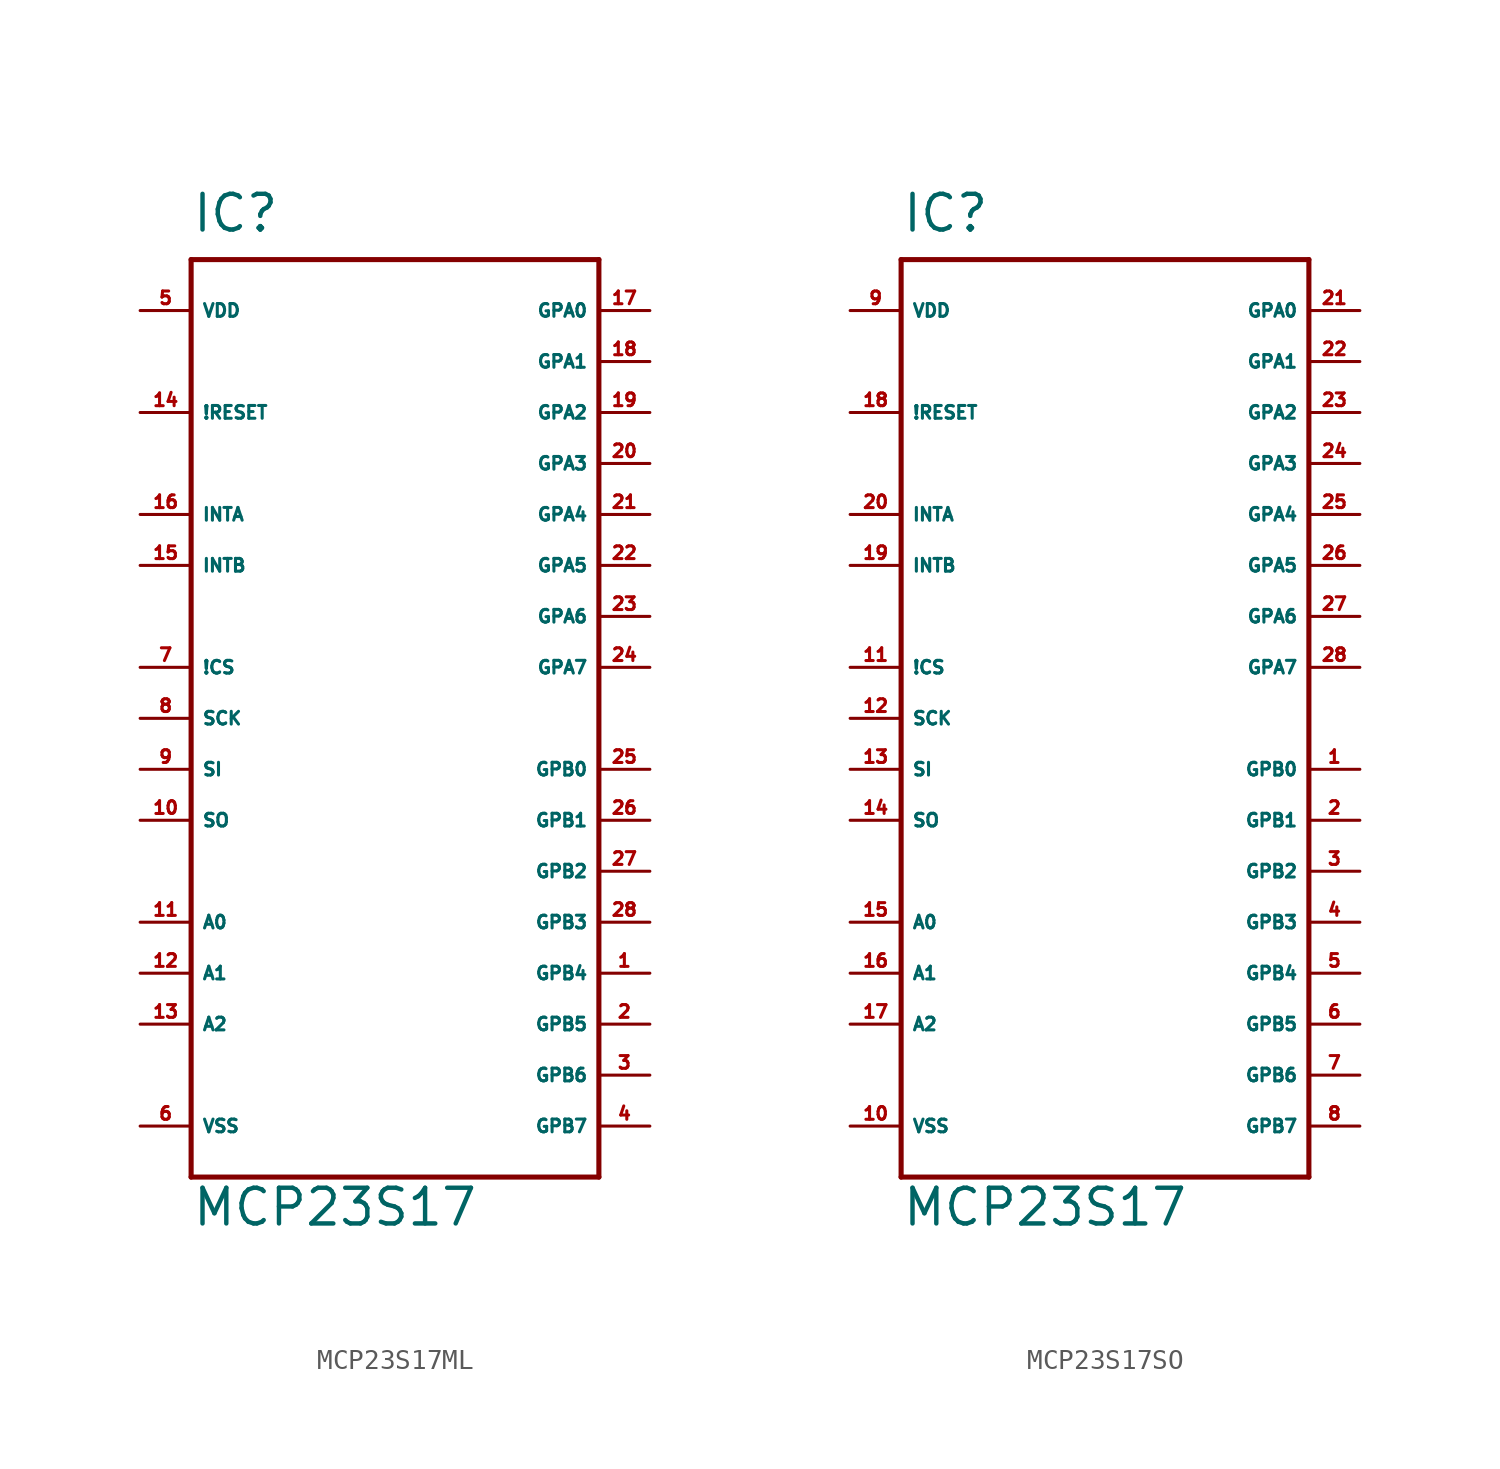
<source format=kicad_sym>
(kicad_symbol_lib
  (version 20220914)
  (generator Eagle2Kicad)
  (symbol "MCP23S17ML"
    (property "Reference" "IC"
      (at -10.16 24.13 0)
      (effects (font (size 1.778 1.778) (thickness 0.22)) (justify left bottom)))
    (property "Value" "MCP23S17"
      (at -10.16 -25.4 0)
      (effects (font (size 1.778 1.778) (thickness 0.22)) (justify left bottom)))
    (polyline
      (pts (xy -10.16 22.86) (xy 10.16 22.86))
      (stroke (width 0.254) (type default))
      (fill (type none)))
    (polyline
      (pts (xy 10.16 22.86) (xy 10.16 -22.86))
      (stroke (width 0.254) (type default))
      (fill (type none)))
    (polyline
      (pts (xy 10.16 -22.86) (xy -10.16 -22.86))
      (stroke (width 0.254) (type default))
      (fill (type none)))
    (polyline
      (pts (xy -10.16 -22.86) (xy -10.16 22.86))
      (stroke (width 0.254) (type default))
      (fill (type none)))
    (pin input line
      (at -12.7 2.54 0)
      (length 2.54)
      (name "!CS" (effects (font (size 0.635 0.635) (thickness 0.08)) (justify left bottom)))
      (number "7" (effects (font (size 0.635 0.635) (thickness 0.08)) (justify left bottom))))
    (pin input line
      (at -12.7 0 0)
      (length 2.54)
      (name "SCK" (effects (font (size 0.635 0.635) (thickness 0.08)) (justify left bottom)))
      (number "8" (effects (font (size 0.635 0.635) (thickness 0.08)) (justify left bottom))))
    (pin input line
      (at -12.7 -2.54 0)
      (length 2.54)
      (name "SI" (effects (font (size 0.635 0.635) (thickness 0.08)) (justify left bottom)))
      (number "9" (effects (font (size 0.635 0.635) (thickness 0.08)) (justify left bottom))))
    (pin output line
      (at -12.7 -5.08 0)
      (length 2.54)
      (name "SO" (effects (font (size 0.635 0.635) (thickness 0.08)) (justify left bottom)))
      (number "10" (effects (font (size 0.635 0.635) (thickness 0.08)) (justify left bottom))))
    (pin input line
      (at -12.7 -10.16 0)
      (length 2.54)
      (name "A0" (effects (font (size 0.635 0.635) (thickness 0.08)) (justify left bottom)))
      (number "11" (effects (font (size 0.635 0.635) (thickness 0.08)) (justify left bottom))))
    (pin input line
      (at -12.7 -12.7 0)
      (length 2.54)
      (name "A1" (effects (font (size 0.635 0.635) (thickness 0.08)) (justify left bottom)))
      (number "12" (effects (font (size 0.635 0.635) (thickness 0.08)) (justify left bottom))))
    (pin input line
      (at -12.7 -15.24 0)
      (length 2.54)
      (name "A2" (effects (font (size 0.635 0.635) (thickness 0.08)) (justify left bottom)))
      (number "13" (effects (font (size 0.635 0.635) (thickness 0.08)) (justify left bottom))))
    (pin input line
      (at -12.7 15.24 0)
      (length 2.54)
      (name "!RESET" (effects (font (size 0.635 0.635) (thickness 0.08)) (justify left bottom)))
      (number "14" (effects (font (size 0.635 0.635) (thickness 0.08)) (justify left bottom))))
    (pin output line
      (at -12.7 10.16 0)
      (length 2.54)
      (name "INTA" (effects (font (size 0.635 0.635) (thickness 0.08)) (justify left bottom)))
      (number "16" (effects (font (size 0.635 0.635) (thickness 0.08)) (justify left bottom))))
    (pin output line
      (at -12.7 7.62 0)
      (length 2.54)
      (name "INTB" (effects (font (size 0.635 0.635) (thickness 0.08)) (justify left bottom)))
      (number "15" (effects (font (size 0.635 0.635) (thickness 0.08)) (justify left bottom))))
    (pin bidirectional line
      (at 12.7 -2.54 180)
      (length 2.54)
      (name "GPB0" (effects (font (size 0.635 0.635) (thickness 0.08)) (justify left bottom)))
      (number "25" (effects (font (size 0.635 0.635) (thickness 0.08)) (justify left bottom))))
    (pin bidirectional line
      (at 12.7 -5.08 180)
      (length 2.54)
      (name "GPB1" (effects (font (size 0.635 0.635) (thickness 0.08)) (justify left bottom)))
      (number "26" (effects (font (size 0.635 0.635) (thickness 0.08)) (justify left bottom))))
    (pin bidirectional line
      (at 12.7 -7.62 180)
      (length 2.54)
      (name "GPB2" (effects (font (size 0.635 0.635) (thickness 0.08)) (justify left bottom)))
      (number "27" (effects (font (size 0.635 0.635) (thickness 0.08)) (justify left bottom))))
    (pin bidirectional line
      (at 12.7 -10.16 180)
      (length 2.54)
      (name "GPB3" (effects (font (size 0.635 0.635) (thickness 0.08)) (justify left bottom)))
      (number "28" (effects (font (size 0.635 0.635) (thickness 0.08)) (justify left bottom))))
    (pin bidirectional line
      (at 12.7 -12.7 180)
      (length 2.54)
      (name "GPB4" (effects (font (size 0.635 0.635) (thickness 0.08)) (justify left bottom)))
      (number "1" (effects (font (size 0.635 0.635) (thickness 0.08)) (justify left bottom))))
    (pin bidirectional line
      (at 12.7 -15.24 180)
      (length 2.54)
      (name "GPB5" (effects (font (size 0.635 0.635) (thickness 0.08)) (justify left bottom)))
      (number "2" (effects (font (size 0.635 0.635) (thickness 0.08)) (justify left bottom))))
    (pin bidirectional line
      (at 12.7 -17.78 180)
      (length 2.54)
      (name "GPB6" (effects (font (size 0.635 0.635) (thickness 0.08)) (justify left bottom)))
      (number "3" (effects (font (size 0.635 0.635) (thickness 0.08)) (justify left bottom))))
    (pin bidirectional line
      (at 12.7 -20.32 180)
      (length 2.54)
      (name "GPB7" (effects (font (size 0.635 0.635) (thickness 0.08)) (justify left bottom)))
      (number "4" (effects (font (size 0.635 0.635) (thickness 0.08)) (justify left bottom))))
    (pin bidirectional line
      (at 12.7 20.32 180)
      (length 2.54)
      (name "GPA0" (effects (font (size 0.635 0.635) (thickness 0.08)) (justify left bottom)))
      (number "17" (effects (font (size 0.635 0.635) (thickness 0.08)) (justify left bottom))))
    (pin bidirectional line
      (at 12.7 17.78 180)
      (length 2.54)
      (name "GPA1" (effects (font (size 0.635 0.635) (thickness 0.08)) (justify left bottom)))
      (number "18" (effects (font (size 0.635 0.635) (thickness 0.08)) (justify left bottom))))
    (pin bidirectional line
      (at 12.7 15.24 180)
      (length 2.54)
      (name "GPA2" (effects (font (size 0.635 0.635) (thickness 0.08)) (justify left bottom)))
      (number "19" (effects (font (size 0.635 0.635) (thickness 0.08)) (justify left bottom))))
    (pin bidirectional line
      (at 12.7 12.7 180)
      (length 2.54)
      (name "GPA3" (effects (font (size 0.635 0.635) (thickness 0.08)) (justify left bottom)))
      (number "20" (effects (font (size 0.635 0.635) (thickness 0.08)) (justify left bottom))))
    (pin bidirectional line
      (at 12.7 10.16 180)
      (length 2.54)
      (name "GPA4" (effects (font (size 0.635 0.635) (thickness 0.08)) (justify left bottom)))
      (number "21" (effects (font (size 0.635 0.635) (thickness 0.08)) (justify left bottom))))
    (pin bidirectional line
      (at 12.7 7.62 180)
      (length 2.54)
      (name "GPA5" (effects (font (size 0.635 0.635) (thickness 0.08)) (justify left bottom)))
      (number "22" (effects (font (size 0.635 0.635) (thickness 0.08)) (justify left bottom))))
    (pin bidirectional line
      (at 12.7 5.08 180)
      (length 2.54)
      (name "GPA6" (effects (font (size 0.635 0.635) (thickness 0.08)) (justify left bottom)))
      (number "23" (effects (font (size 0.635 0.635) (thickness 0.08)) (justify left bottom))))
    (pin bidirectional line
      (at 12.7 2.54 180)
      (length 2.54)
      (name "GPA7" (effects (font (size 0.635 0.635) (thickness 0.08)) (justify left bottom)))
      (number "24" (effects (font (size 0.635 0.635) (thickness 0.08)) (justify left bottom))))
    (pin unspecified line
      (at -12.7 20.32 0)
      (length 2.54)
      (name "VDD" (effects (font (size 0.635 0.635) (thickness 0.08)) (justify left bottom)))
      (number "5" (effects (font (size 0.635 0.635) (thickness 0.08)) (justify left bottom))))
    (pin unspecified line
      (at -12.7 -20.32 0)
      (length 2.54)
      (name "VSS" (effects (font (size 0.635 0.635) (thickness 0.08)) (justify left bottom)))
      (number "6" (effects (font (size 0.635 0.635) (thickness 0.08)) (justify left bottom)))))
  (symbol "MCP23S17SO"
    (property "Reference" "IC"
      (at -10.16 24.13 0)
      (effects (font (size 1.778 1.778) (thickness 0.22)) (justify left bottom)))
    (property "Value" "MCP23S17"
      (at -10.16 -25.4 0)
      (effects (font (size 1.778 1.778) (thickness 0.22)) (justify left bottom)))
    (polyline
      (pts (xy -10.16 22.86) (xy 10.16 22.86))
      (stroke (width 0.254) (type default))
      (fill (type none)))
    (polyline
      (pts (xy 10.16 22.86) (xy 10.16 -22.86))
      (stroke (width 0.254) (type default))
      (fill (type none)))
    (polyline
      (pts (xy 10.16 -22.86) (xy -10.16 -22.86))
      (stroke (width 0.254) (type default))
      (fill (type none)))
    (polyline
      (pts (xy -10.16 -22.86) (xy -10.16 22.86))
      (stroke (width 0.254) (type default))
      (fill (type none)))
    (pin input line
      (at -12.7 2.54 0)
      (length 2.54)
      (name "!CS" (effects (font (size 0.635 0.635) (thickness 0.08)) (justify left bottom)))
      (number "11" (effects (font (size 0.635 0.635) (thickness 0.08)) (justify left bottom))))
    (pin input line
      (at -12.7 0 0)
      (length 2.54)
      (name "SCK" (effects (font (size 0.635 0.635) (thickness 0.08)) (justify left bottom)))
      (number "12" (effects (font (size 0.635 0.635) (thickness 0.08)) (justify left bottom))))
    (pin input line
      (at -12.7 -2.54 0)
      (length 2.54)
      (name "SI" (effects (font (size 0.635 0.635) (thickness 0.08)) (justify left bottom)))
      (number "13" (effects (font (size 0.635 0.635) (thickness 0.08)) (justify left bottom))))
    (pin output line
      (at -12.7 -5.08 0)
      (length 2.54)
      (name "SO" (effects (font (size 0.635 0.635) (thickness 0.08)) (justify left bottom)))
      (number "14" (effects (font (size 0.635 0.635) (thickness 0.08)) (justify left bottom))))
    (pin input line
      (at -12.7 -10.16 0)
      (length 2.54)
      (name "A0" (effects (font (size 0.635 0.635) (thickness 0.08)) (justify left bottom)))
      (number "15" (effects (font (size 0.635 0.635) (thickness 0.08)) (justify left bottom))))
    (pin input line
      (at -12.7 -12.7 0)
      (length 2.54)
      (name "A1" (effects (font (size 0.635 0.635) (thickness 0.08)) (justify left bottom)))
      (number "16" (effects (font (size 0.635 0.635) (thickness 0.08)) (justify left bottom))))
    (pin input line
      (at -12.7 -15.24 0)
      (length 2.54)
      (name "A2" (effects (font (size 0.635 0.635) (thickness 0.08)) (justify left bottom)))
      (number "17" (effects (font (size 0.635 0.635) (thickness 0.08)) (justify left bottom))))
    (pin input line
      (at -12.7 15.24 0)
      (length 2.54)
      (name "!RESET" (effects (font (size 0.635 0.635) (thickness 0.08)) (justify left bottom)))
      (number "18" (effects (font (size 0.635 0.635) (thickness 0.08)) (justify left bottom))))
    (pin output line
      (at -12.7 10.16 0)
      (length 2.54)
      (name "INTA" (effects (font (size 0.635 0.635) (thickness 0.08)) (justify left bottom)))
      (number "20" (effects (font (size 0.635 0.635) (thickness 0.08)) (justify left bottom))))
    (pin output line
      (at -12.7 7.62 0)
      (length 2.54)
      (name "INTB" (effects (font (size 0.635 0.635) (thickness 0.08)) (justify left bottom)))
      (number "19" (effects (font (size 0.635 0.635) (thickness 0.08)) (justify left bottom))))
    (pin bidirectional line
      (at 12.7 -2.54 180)
      (length 2.54)
      (name "GPB0" (effects (font (size 0.635 0.635) (thickness 0.08)) (justify left bottom)))
      (number "1" (effects (font (size 0.635 0.635) (thickness 0.08)) (justify left bottom))))
    (pin bidirectional line
      (at 12.7 -5.08 180)
      (length 2.54)
      (name "GPB1" (effects (font (size 0.635 0.635) (thickness 0.08)) (justify left bottom)))
      (number "2" (effects (font (size 0.635 0.635) (thickness 0.08)) (justify left bottom))))
    (pin bidirectional line
      (at 12.7 -7.62 180)
      (length 2.54)
      (name "GPB2" (effects (font (size 0.635 0.635) (thickness 0.08)) (justify left bottom)))
      (number "3" (effects (font (size 0.635 0.635) (thickness 0.08)) (justify left bottom))))
    (pin bidirectional line
      (at 12.7 -10.16 180)
      (length 2.54)
      (name "GPB3" (effects (font (size 0.635 0.635) (thickness 0.08)) (justify left bottom)))
      (number "4" (effects (font (size 0.635 0.635) (thickness 0.08)) (justify left bottom))))
    (pin bidirectional line
      (at 12.7 -12.7 180)
      (length 2.54)
      (name "GPB4" (effects (font (size 0.635 0.635) (thickness 0.08)) (justify left bottom)))
      (number "5" (effects (font (size 0.635 0.635) (thickness 0.08)) (justify left bottom))))
    (pin bidirectional line
      (at 12.7 -15.24 180)
      (length 2.54)
      (name "GPB5" (effects (font (size 0.635 0.635) (thickness 0.08)) (justify left bottom)))
      (number "6" (effects (font (size 0.635 0.635) (thickness 0.08)) (justify left bottom))))
    (pin bidirectional line
      (at 12.7 -17.78 180)
      (length 2.54)
      (name "GPB6" (effects (font (size 0.635 0.635) (thickness 0.08)) (justify left bottom)))
      (number "7" (effects (font (size 0.635 0.635) (thickness 0.08)) (justify left bottom))))
    (pin bidirectional line
      (at 12.7 -20.32 180)
      (length 2.54)
      (name "GPB7" (effects (font (size 0.635 0.635) (thickness 0.08)) (justify left bottom)))
      (number "8" (effects (font (size 0.635 0.635) (thickness 0.08)) (justify left bottom))))
    (pin bidirectional line
      (at 12.7 20.32 180)
      (length 2.54)
      (name "GPA0" (effects (font (size 0.635 0.635) (thickness 0.08)) (justify left bottom)))
      (number "21" (effects (font (size 0.635 0.635) (thickness 0.08)) (justify left bottom))))
    (pin bidirectional line
      (at 12.7 17.78 180)
      (length 2.54)
      (name "GPA1" (effects (font (size 0.635 0.635) (thickness 0.08)) (justify left bottom)))
      (number "22" (effects (font (size 0.635 0.635) (thickness 0.08)) (justify left bottom))))
    (pin bidirectional line
      (at 12.7 15.24 180)
      (length 2.54)
      (name "GPA2" (effects (font (size 0.635 0.635) (thickness 0.08)) (justify left bottom)))
      (number "23" (effects (font (size 0.635 0.635) (thickness 0.08)) (justify left bottom))))
    (pin bidirectional line
      (at 12.7 12.7 180)
      (length 2.54)
      (name "GPA3" (effects (font (size 0.635 0.635) (thickness 0.08)) (justify left bottom)))
      (number "24" (effects (font (size 0.635 0.635) (thickness 0.08)) (justify left bottom))))
    (pin bidirectional line
      (at 12.7 10.16 180)
      (length 2.54)
      (name "GPA4" (effects (font (size 0.635 0.635) (thickness 0.08)) (justify left bottom)))
      (number "25" (effects (font (size 0.635 0.635) (thickness 0.08)) (justify left bottom))))
    (pin bidirectional line
      (at 12.7 7.62 180)
      (length 2.54)
      (name "GPA5" (effects (font (size 0.635 0.635) (thickness 0.08)) (justify left bottom)))
      (number "26" (effects (font (size 0.635 0.635) (thickness 0.08)) (justify left bottom))))
    (pin bidirectional line
      (at 12.7 5.08 180)
      (length 2.54)
      (name "GPA6" (effects (font (size 0.635 0.635) (thickness 0.08)) (justify left bottom)))
      (number "27" (effects (font (size 0.635 0.635) (thickness 0.08)) (justify left bottom))))
    (pin bidirectional line
      (at 12.7 2.54 180)
      (length 2.54)
      (name "GPA7" (effects (font (size 0.635 0.635) (thickness 0.08)) (justify left bottom)))
      (number "28" (effects (font (size 0.635 0.635) (thickness 0.08)) (justify left bottom))))
    (pin unspecified line
      (at -12.7 20.32 0)
      (length 2.54)
      (name "VDD" (effects (font (size 0.635 0.635) (thickness 0.08)) (justify left bottom)))
      (number "9" (effects (font (size 0.635 0.635) (thickness 0.08)) (justify left bottom))))
    (pin unspecified line
      (at -12.7 -20.32 0)
      (length 2.54)
      (name "VSS" (effects (font (size 0.635 0.635) (thickness 0.08)) (justify left bottom)))
      (number "10" (effects (font (size 0.635 0.635) (thickness 0.08)) (justify left bottom))))))
</source>
